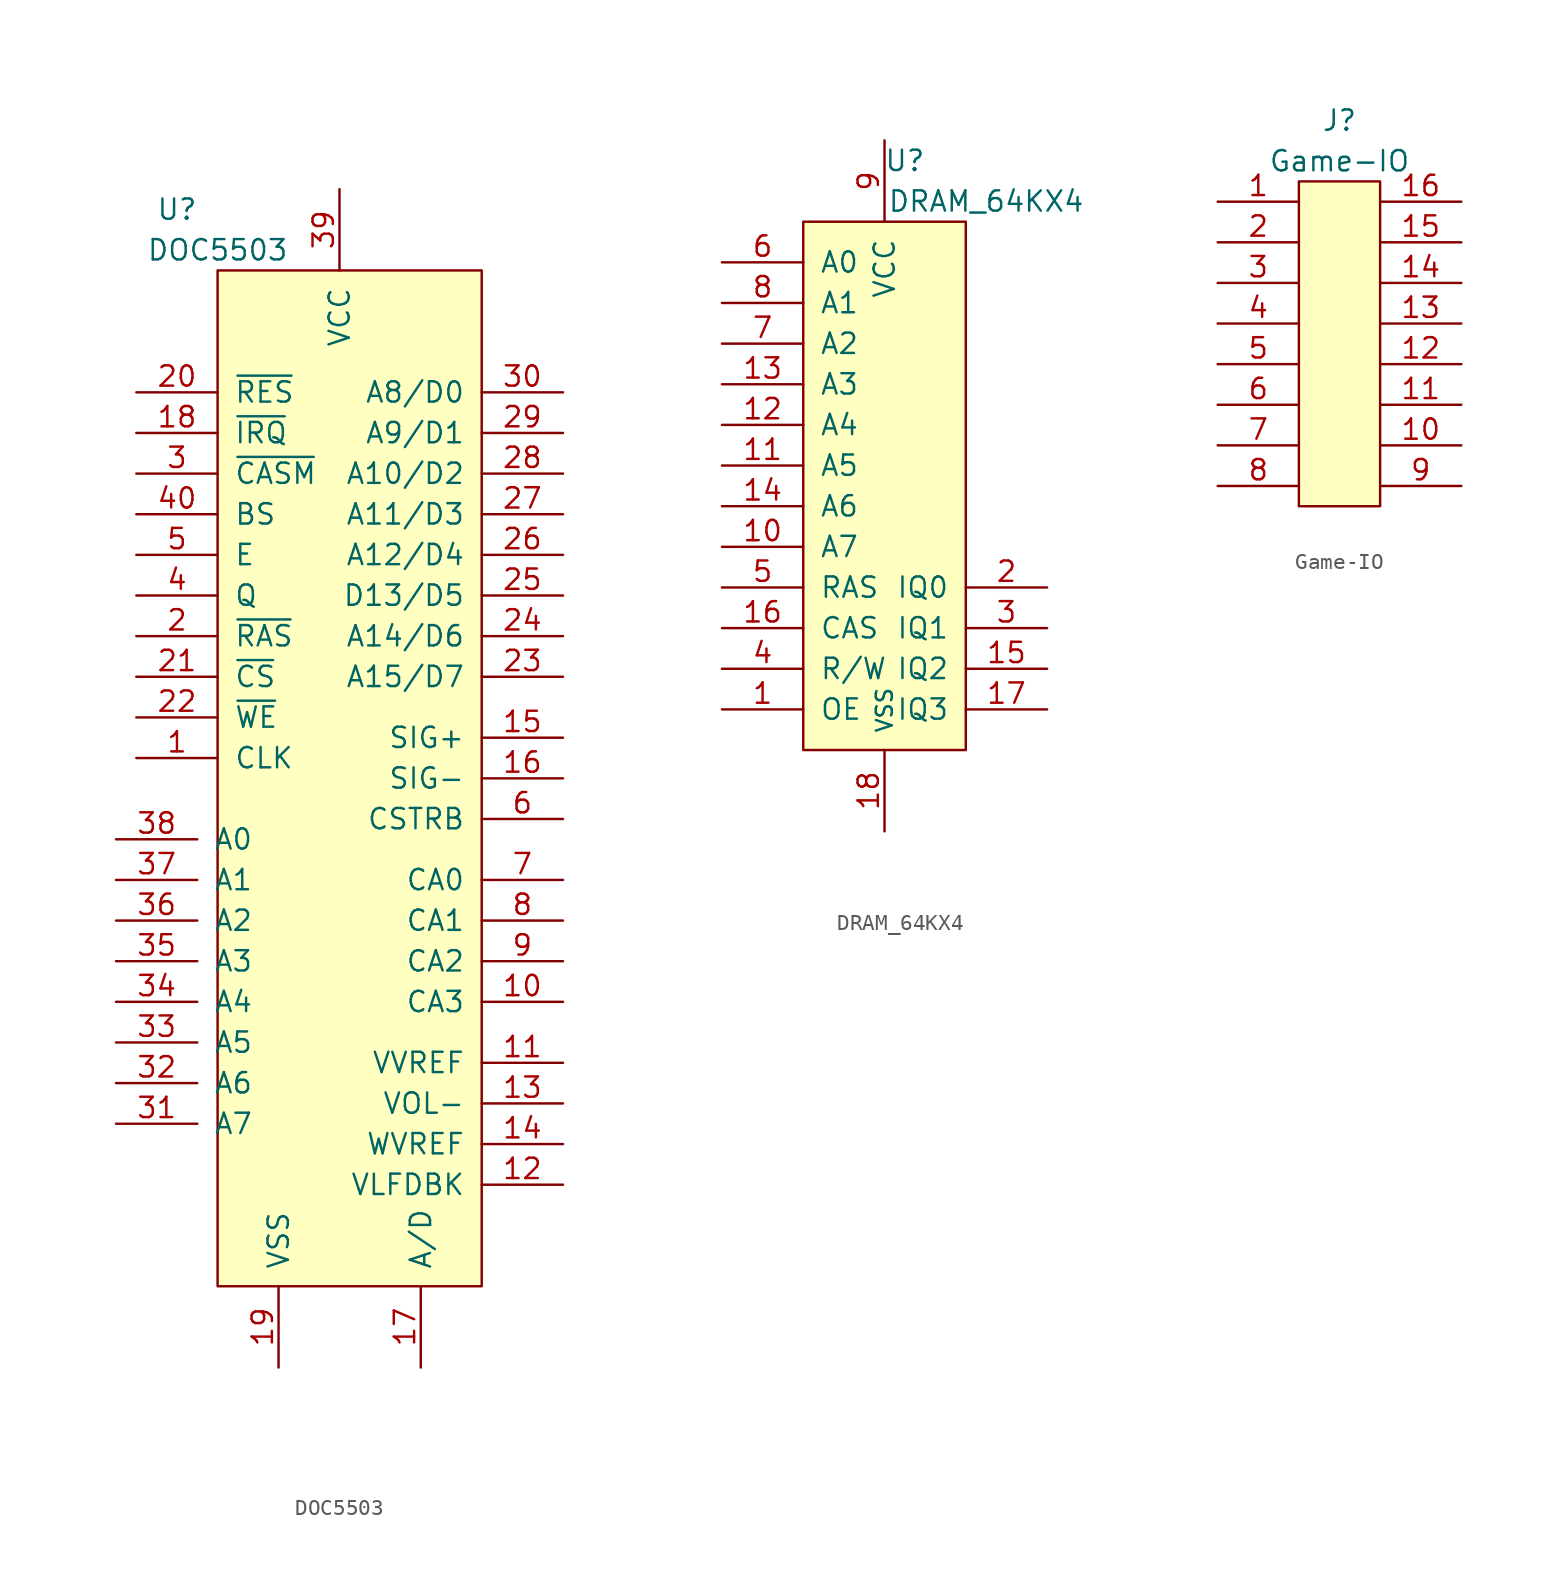
<source format=kicad_sym>
(kicad_symbol_lib
  (version 20211014)
  (generator kicad_symbol_editor)
  (symbol "DOC5503"
    (pin_names
      (offset 1.016))
    (property "Reference" "U"
      (at -10.16 35.56 0)
      (effects (font (size 1.27 1.27))))
    (property "Value" "DOC5503"
      (at -7.62 33.02 0)
      (effects (font (size 1.27 1.27))))
    (symbol "DOC5503_0_0"
      (rectangle (start -7.62 31.75) (end 8.89 -31.75) (stroke (width 0) (type default) (color 0 0 0 0)) (fill (type background))))
    (symbol "DOC5503_1_1"
      (pin input line (at -12.7 1.27 0) (length 5.08) (name "CLK" (effects (font (size 1.27 1.27)))) (number "1" (effects (font (size 1.27 1.27)))))
      (pin input line (at 13.97 -13.97 180) (length 5.08) (name "CA3" (effects (font (size 1.27 1.27)))) (number "10" (effects (font (size 1.27 1.27)))))
      (pin input line (at 13.97 -17.78 180) (length 5.08) (name "VVREF" (effects (font (size 1.27 1.27)))) (number "11" (effects (font (size 1.27 1.27)))))
      (pin input line (at 13.97 -25.4 180) (length 5.08) (name "VLFDBK" (effects (font (size 1.27 1.27)))) (number "12" (effects (font (size 1.27 1.27)))))
      (pin input line (at 13.97 -20.32 180) (length 5.08) (name "VOL-" (effects (font (size 1.27 1.27)))) (number "13" (effects (font (size 1.27 1.27)))))
      (pin input line (at 13.97 -22.86 180) (length 5.08) (name "WVREF" (effects (font (size 1.27 1.27)))) (number "14" (effects (font (size 1.27 1.27)))))
      (pin input line (at 13.97 2.54 180) (length 5.08) (name "SIG+" (effects (font (size 1.27 1.27)))) (number "15" (effects (font (size 1.27 1.27)))))
      (pin input line (at 13.97 0 180) (length 5.08) (name "SIG-" (effects (font (size 1.27 1.27)))) (number "16" (effects (font (size 1.27 1.27)))))
      (pin input line (at 5.08 -36.83 90) (length 5.08) (name "A/D" (effects (font (size 1.27 1.27)))) (number "17" (effects (font (size 1.27 1.27)))))
      (pin input line (at -12.7 21.59 0) (length 5.08) (name "~{IRQ}" (effects (font (size 1.27 1.27)))) (number "18" (effects (font (size 1.27 1.27)))))
      (pin input line (at -3.81 -36.83 90) (length 5.08) (name "VSS" (effects (font (size 1.27 1.27)))) (number "19" (effects (font (size 1.27 1.27)))))
      (pin input line (at -12.7 8.89 0) (length 5.08) (name "~{RAS}" (effects (font (size 1.27 1.27)))) (number "2" (effects (font (size 1.27 1.27)))))
      (pin input line (at -12.7 24.13 0) (length 5.08) (name "~{RES}" (effects (font (size 1.27 1.27)))) (number "20" (effects (font (size 1.27 1.27)))))
      (pin input line (at -12.7 6.35 0) (length 5.08) (name "~{CS}" (effects (font (size 1.27 1.27)))) (number "21" (effects (font (size 1.27 1.27)))))
      (pin input line (at -12.7 3.81 0) (length 5.08) (name "~{WE}" (effects (font (size 1.27 1.27)))) (number "22" (effects (font (size 1.27 1.27)))))
      (pin input line (at 13.97 6.35 180) (length 5.08) (name "A15/D7" (effects (font (size 1.27 1.27)))) (number "23" (effects (font (size 1.27 1.27)))))
      (pin input line (at 13.97 8.89 180) (length 5.08) (name "A14/D6" (effects (font (size 1.27 1.27)))) (number "24" (effects (font (size 1.27 1.27)))))
      (pin input line (at 13.97 11.43 180) (length 5.08) (name "D13/D5" (effects (font (size 1.27 1.27)))) (number "25" (effects (font (size 1.27 1.27)))))
      (pin input line (at 13.97 13.97 180) (length 5.08) (name "A12/D4" (effects (font (size 1.27 1.27)))) (number "26" (effects (font (size 1.27 1.27)))))
      (pin input line (at 13.97 16.51 180) (length 5.08) (name "A11/D3" (effects (font (size 1.27 1.27)))) (number "27" (effects (font (size 1.27 1.27)))))
      (pin input line (at 13.97 19.05 180) (length 5.08) (name "A10/D2" (effects (font (size 1.27 1.27)))) (number "28" (effects (font (size 1.27 1.27)))))
      (pin input line (at 13.97 21.59 180) (length 5.08) (name "A9/D1" (effects (font (size 1.27 1.27)))) (number "29" (effects (font (size 1.27 1.27)))))
      (pin input line (at -12.7 19.05 0) (length 5.08) (name "~{CASM}" (effects (font (size 1.27 1.27)))) (number "3" (effects (font (size 1.27 1.27)))))
      (pin input line (at 13.97 24.13 180) (length 5.08) (name "A8/D0" (effects (font (size 1.27 1.27)))) (number "30" (effects (font (size 1.27 1.27)))))
      (pin input line (at -13.97 -21.59 0) (length 5.08) (name "A7" (effects (font (size 1.27 1.27)))) (number "31" (effects (font (size 1.27 1.27)))))
      (pin input line (at -13.97 -19.05 0) (length 5.08) (name "A6" (effects (font (size 1.27 1.27)))) (number "32" (effects (font (size 1.27 1.27)))))
      (pin input line (at -13.97 -16.51 0) (length 5.08) (name "A5" (effects (font (size 1.27 1.27)))) (number "33" (effects (font (size 1.27 1.27)))))
      (pin input line (at -13.97 -13.97 0) (length 5.08) (name "A4" (effects (font (size 1.27 1.27)))) (number "34" (effects (font (size 1.27 1.27)))))
      (pin input line (at -13.97 -11.43 0) (length 5.08) (name "A3" (effects (font (size 1.27 1.27)))) (number "35" (effects (font (size 1.27 1.27)))))
      (pin input line (at -13.97 -8.89 0) (length 5.08) (name "A2" (effects (font (size 1.27 1.27)))) (number "36" (effects (font (size 1.27 1.27)))))
      (pin input line (at -13.97 -6.35 0) (length 5.08) (name "A1" (effects (font (size 1.27 1.27)))) (number "37" (effects (font (size 1.27 1.27)))))
      (pin input line (at -13.97 -3.81 0) (length 5.08) (name "A0" (effects (font (size 1.27 1.27)))) (number "38" (effects (font (size 1.27 1.27)))))
      (pin input line (at 0 36.83 270) (length 5.08) (name "VCC" (effects (font (size 1.27 1.27)))) (number "39" (effects (font (size 1.27 1.27)))))
      (pin input line (at -12.7 11.43 0) (length 5.08) (name "Q" (effects (font (size 1.27 1.27)))) (number "4" (effects (font (size 1.27 1.27)))))
      (pin input line (at -12.7 16.51 0) (length 5.08) (name "BS" (effects (font (size 1.27 1.27)))) (number "40" (effects (font (size 1.27 1.27)))))
      (pin input line (at -12.7 13.97 0) (length 5.08) (name "E" (effects (font (size 1.27 1.27)))) (number "5" (effects (font (size 1.27 1.27)))))
      (pin input line (at 13.97 -2.54 180) (length 5.08) (name "CSTRB" (effects (font (size 1.27 1.27)))) (number "6" (effects (font (size 1.27 1.27)))))
      (pin input line (at 13.97 -6.35 180) (length 5.08) (name "CA0" (effects (font (size 1.27 1.27)))) (number "7" (effects (font (size 1.27 1.27)))))
      (pin input line (at 13.97 -8.89 180) (length 5.08) (name "CA1" (effects (font (size 1.27 1.27)))) (number "8" (effects (font (size 1.27 1.27)))))
      (pin input line (at 13.97 -11.43 180) (length 5.08) (name "CA2" (effects (font (size 1.27 1.27)))) (number "9" (effects (font (size 1.27 1.27)))))))
  (symbol "DRAM_64KX4"
    (pin_names
      (offset 1.016))
    (property "Reference" "U"
      (at 1.27 20.32 0)
      (effects (font (size 1.27 1.27))))
    (property "Value" "DRAM_64KX4"
      (at 6.35 17.78 0)
      (effects (font (size 1.27 1.27))))
    (property "ki_locked" ""
      (at 0 0 0)
      (effects (font (size 1.27 1.27))))
    (symbol "DRAM_64KX4_1_0"
      (rectangle (start -5.08 16.51) (end 5.08 -16.51) (stroke (width 0) (type default) (color 0 0 0 0)) (fill (type background))))
    (symbol "DRAM_64KX4_1_1"
      (pin input line (at -10.16 -13.97 0) (length 5.08) (name "OE" (effects (font (size 1.27 1.27)))) (number "1" (effects (font (size 1.27 1.27)))))
      (pin input line (at -10.16 -3.81 0) (length 5.08) (name "A7" (effects (font (size 1.27 1.27)))) (number "10" (effects (font (size 1.27 1.27)))))
      (pin input line (at -10.16 1.27 0) (length 5.08) (name "A5" (effects (font (size 1.27 1.27)))) (number "11" (effects (font (size 1.27 1.27)))))
      (pin input line (at -10.16 3.81 0) (length 5.08) (name "A4" (effects (font (size 1.27 1.27)))) (number "12" (effects (font (size 1.27 1.27)))))
      (pin input line (at -10.16 6.35 0) (length 5.08) (name "A3" (effects (font (size 1.27 1.27)))) (number "13" (effects (font (size 1.27 1.27)))))
      (pin input line (at -10.16 -1.27 0) (length 5.08) (name "A6" (effects (font (size 1.27 1.27)))) (number "14" (effects (font (size 1.27 1.27)))))
      (pin input line (at 10.16 -11.43 180) (length 5.08) (name "IQ2" (effects (font (size 1.27 1.27)))) (number "15" (effects (font (size 1.27 1.27)))))
      (pin input line (at -10.16 -8.89 0) (length 5.08) (name "CAS" (effects (font (size 1.27 1.27)))) (number "16" (effects (font (size 1.27 1.27)))))
      (pin input line (at 10.16 -13.97 180) (length 5.08) (name "IQ3" (effects (font (size 1.27 1.27)))) (number "17" (effects (font (size 1.27 1.27)))))
      (pin input line (at 0 -21.59 90) (length 5.08) (name "VSS" (effects (font (size 1 1)))) (number "18" (effects (font (size 1.27 1.27)))))
      (pin input line (at 10.16 -6.35 180) (length 5.08) (name "IQ0" (effects (font (size 1.27 1.27)))) (number "2" (effects (font (size 1.27 1.27)))))
      (pin input line (at 10.16 -8.89 180) (length 5.08) (name "IQ1" (effects (font (size 1.27 1.27)))) (number "3" (effects (font (size 1.27 1.27)))))
      (pin input line (at -10.16 -11.43 0) (length 5.08) (name "R/W" (effects (font (size 1.27 1.27)))) (number "4" (effects (font (size 1.27 1.27)))))
      (pin input line (at -10.16 -6.35 0) (length 5.08) (name "RAS" (effects (font (size 1.27 1.27)))) (number "5" (effects (font (size 1.27 1.27)))))
      (pin input line (at -10.16 13.97 0) (length 5.08) (name "A0" (effects (font (size 1.27 1.27)))) (number "6" (effects (font (size 1.27 1.27)))))
      (pin input line (at -10.16 8.89 0) (length 5.08) (name "A2" (effects (font (size 1.27 1.27)))) (number "7" (effects (font (size 1.27 1.27)))))
      (pin input line (at -10.16 11.43 0) (length 5.08) (name "A1" (effects (font (size 1.27 1.27)))) (number "8" (effects (font (size 1.27 1.27)))))
      (pin input line (at 0 21.59 270) (length 5.08) (name "VCC" (effects (font (size 1.27 1.27)))) (number "9" (effects (font (size 1.27 1.27)))))))
  (symbol "Game-IO"
    (pin_names
      (offset 1.016))
    (property "Reference" "J"
      (at 0 13.97 0)
      (effects (font (size 1.27 1.27))))
    (property "Value" "Game-IO"
      (at 0 11.43 0)
      (effects (font (size 1.27 1.27))))
    (symbol "Game-IO_0_0"
      (rectangle (start 2.54 -10.16) (end -2.54 10.16) (stroke (width 0) (type default) (color 0 0 0 0)) (fill (type background))))
    (symbol "Game-IO_1_1"
      (pin input line (at -7.62 8.89 0) (length 5.08) (name "~" (effects (font (size 1.27 1.27)))) (number "1" (effects (font (size 1.27 1.27)))))
      (pin input line (at 7.62 -6.35 180) (length 5.08) (name "~" (effects (font (size 1.27 1.27)))) (number "10" (effects (font (size 1.27 1.27)))))
      (pin input line (at 7.62 -3.81 180) (length 5.08) (name "~" (effects (font (size 1.27 1.27)))) (number "11" (effects (font (size 1.27 1.27)))))
      (pin input line (at 7.62 -1.27 180) (length 5.08) (name "~" (effects (font (size 1.27 1.27)))) (number "12" (effects (font (size 1.27 1.27)))))
      (pin input line (at 7.62 1.27 180) (length 5.08) (name "~" (effects (font (size 1.27 1.27)))) (number "13" (effects (font (size 1.27 1.27)))))
      (pin input line (at 7.62 3.81 180) (length 5.08) (name "~" (effects (font (size 1.27 1.27)))) (number "14" (effects (font (size 1.27 1.27)))))
      (pin input line (at 7.62 6.35 180) (length 5.08) (name "~" (effects (font (size 1.27 1.27)))) (number "15" (effects (font (size 1.27 1.27)))))
      (pin input line (at 7.62 8.89 180) (length 5.08) (name "~" (effects (font (size 1.27 1.27)))) (number "16" (effects (font (size 1.27 1.27)))))
      (pin input line (at -7.62 6.35 0) (length 5.08) (name "~" (effects (font (size 1.27 1.27)))) (number "2" (effects (font (size 1.27 1.27)))))
      (pin input line (at -7.62 3.81 0) (length 5.08) (name "~" (effects (font (size 1.27 1.27)))) (number "3" (effects (font (size 1.27 1.27)))))
      (pin input line (at -7.62 1.27 0) (length 5.08) (name "~" (effects (font (size 1.27 1.27)))) (number "4" (effects (font (size 1.27 1.27)))))
      (pin input line (at -7.62 -1.27 0) (length 5.08) (name "~" (effects (font (size 1.27 1.27)))) (number "5" (effects (font (size 1.27 1.27)))))
      (pin input line (at -7.62 -3.81 0) (length 5.08) (name "~" (effects (font (size 1.27 1.27)))) (number "6" (effects (font (size 1.27 1.27)))))
      (pin input line (at -7.62 -6.35 0) (length 5.08) (name "~" (effects (font (size 1.27 1.27)))) (number "7" (effects (font (size 1.27 1.27)))))
      (pin input line (at -7.62 -8.89 0) (length 5.08) (name "~" (effects (font (size 1.27 1.27)))) (number "8" (effects (font (size 1.27 1.27)))))
      (pin input line (at 7.62 -8.89 180) (length 5.08) (name "~" (effects (font (size 1.27 1.27)))) (number "9" (effects (font (size 1.27 1.27))))))))
</source>
